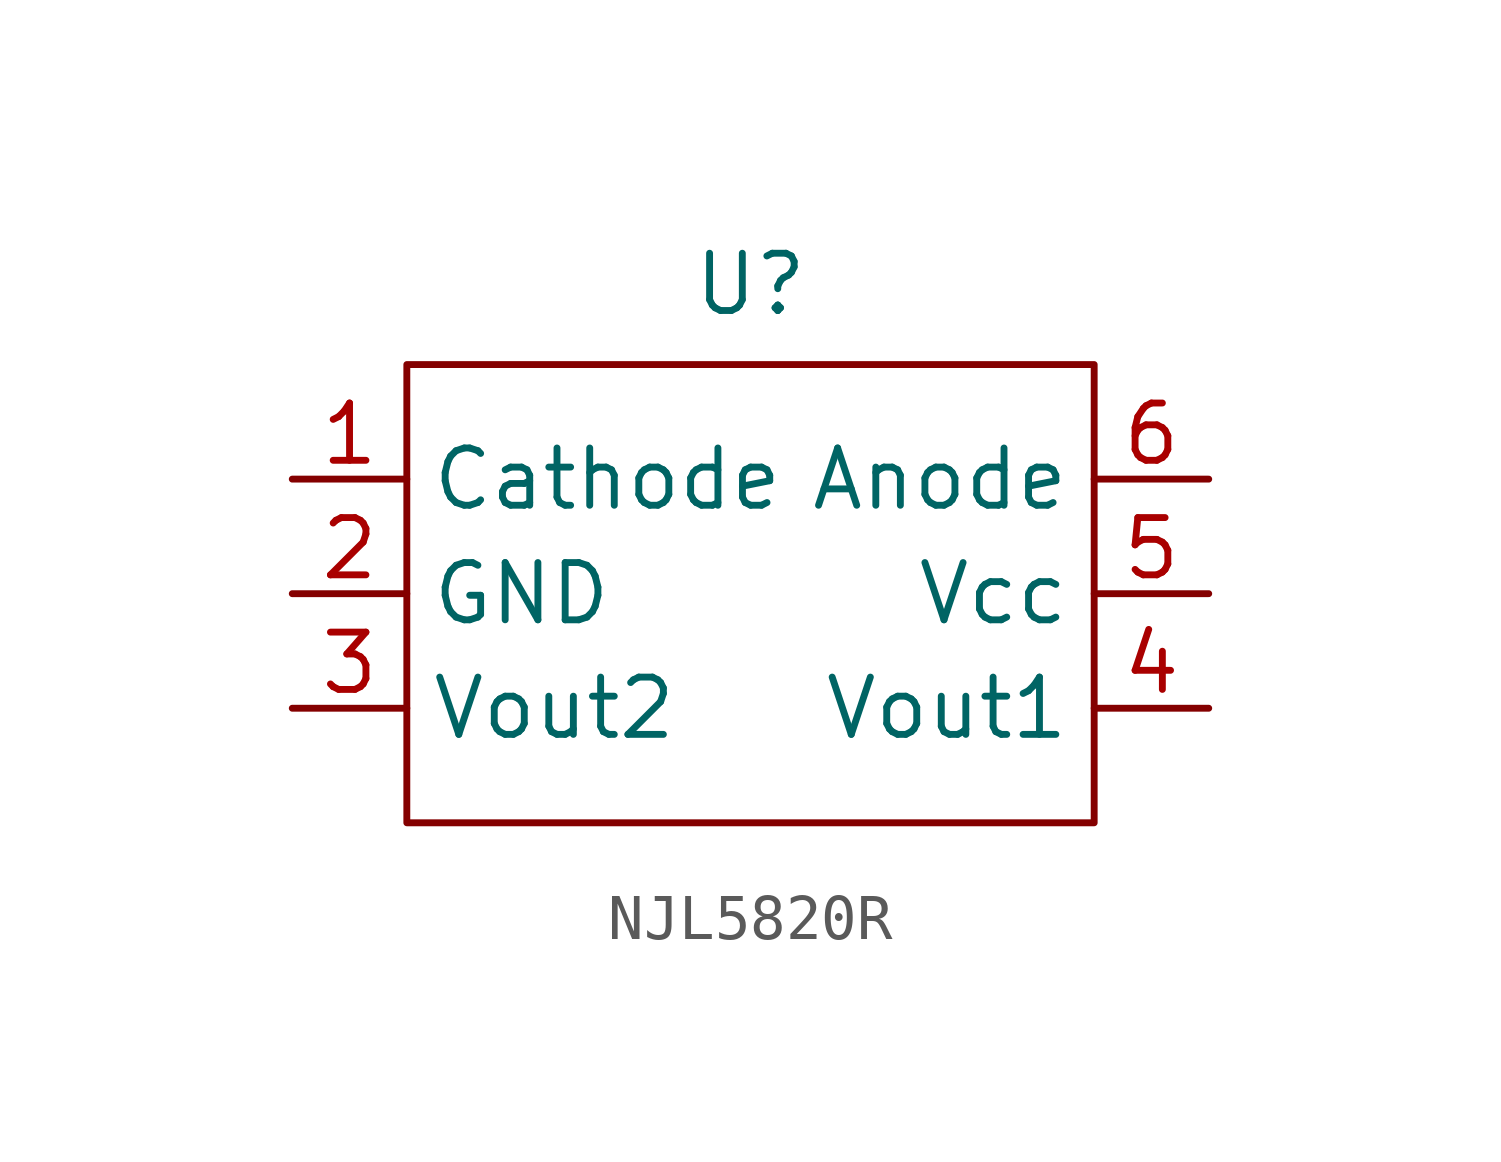
<source format=kicad_sym>
(kicad_symbol_lib
  (version 20241209)
  (generator "kicad_symbol_editor")
  (generator_version "9.0")
  (symbol "NJL5820R"
    (property "Reference" "U"
      (at 0 6.858 0)
      (effects (font (size 1.27 1.27))))
    (property "Value" ""
      (at 0 0 0)
      (effects (font (size 1.27 1.27))))
    (symbol "NJL5820R_0_1"
      (rectangle (start -7.62 5.08) (end 7.62 -5.08) (stroke (width 0) (type default)) (fill (type none))))
    (symbol "NJL5820R_1_1"
      (pin passive line (at -10.16 2.54 0) (length 2.54) (name "Cathode" (effects (font (size 1.27 1.27)))) (number "1" (effects (font (size 1.27 1.27)))))
      (pin passive line (at -10.16 0 0) (length 2.54) (name "GND" (effects (font (size 1.27 1.27)))) (number "2" (effects (font (size 1.27 1.27)))))
      (pin passive line (at -10.16 -2.54 0) (length 2.54) (name "Vout2" (effects (font (size 1.27 1.27)))) (number "3" (effects (font (size 1.27 1.27)))))
      (pin passive line (at 10.16 2.54 180) (length 2.54) (name "Anode" (effects (font (size 1.27 1.27)))) (number "6" (effects (font (size 1.27 1.27)))))
      (pin passive line (at 10.16 0 180) (length 2.54) (name "Vcc" (effects (font (size 1.27 1.27)))) (number "5" (effects (font (size 1.27 1.27)))))
      (pin passive line (at 10.16 -2.54 180) (length 2.54) (name "Vout1" (effects (font (size 1.27 1.27)))) (number "4" (effects (font (size 1.27 1.27))))))))
</source>
